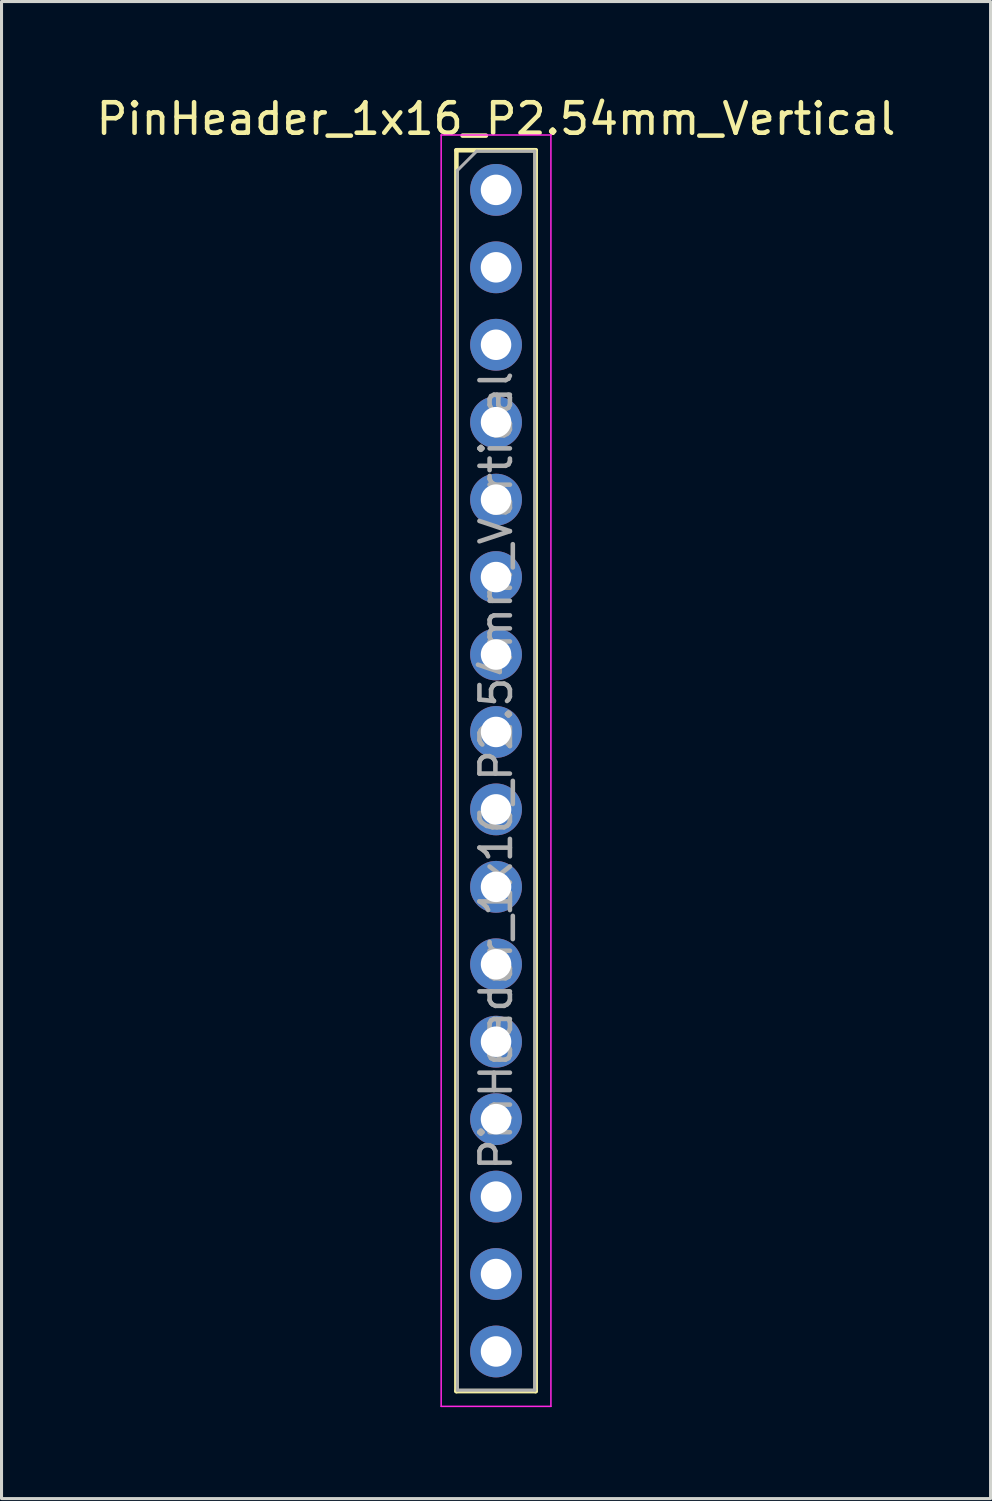
<source format=kicad_pcb>
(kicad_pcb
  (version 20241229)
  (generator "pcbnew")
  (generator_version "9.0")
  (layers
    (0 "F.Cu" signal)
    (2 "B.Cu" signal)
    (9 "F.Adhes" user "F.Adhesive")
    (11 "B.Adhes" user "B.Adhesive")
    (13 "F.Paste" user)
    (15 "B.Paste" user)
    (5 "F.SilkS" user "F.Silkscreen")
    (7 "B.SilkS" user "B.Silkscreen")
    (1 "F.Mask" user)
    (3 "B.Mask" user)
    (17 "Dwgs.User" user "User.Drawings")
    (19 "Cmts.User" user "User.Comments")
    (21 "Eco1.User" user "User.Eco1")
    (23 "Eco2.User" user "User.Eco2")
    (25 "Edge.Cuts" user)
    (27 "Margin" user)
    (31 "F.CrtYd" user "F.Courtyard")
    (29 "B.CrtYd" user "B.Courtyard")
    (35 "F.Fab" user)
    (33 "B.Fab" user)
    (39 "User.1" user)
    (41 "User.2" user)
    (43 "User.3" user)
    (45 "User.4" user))
  (footprint "PinHeader_1x16_P2.54mm_Vertical"
    (layer "F.Cu")
    (at 13.22 3.178)
    (property "Reference" "PinHeader_1x16_P2.54mm_Vertical" (at 0 -2.33 0) (layer "F.SilkS") (effects (font (size 1 1) (thickness 0.15))))
    (attr through_hole)
    (fp_line (start -1.3 -1.3) (end -1.3 39.4) (stroke (width 0.15) (type solid)) (layer "F.SilkS"))
    (fp_line (start -1.3 39.4) (end 1.3 39.4) (stroke (width 0.15) (type solid)) (layer "F.SilkS"))
    (fp_line (start 1.3 -1.3) (end -1.3 -1.3) (stroke (width 0.15) (type solid)) (layer "F.SilkS"))
    (fp_line (start 1.3 39.4) (end 1.3 -1.3) (stroke (width 0.15) (type solid)) (layer "F.SilkS"))
    (fp_line (start -1.8 -1.8) (end -1.8 39.9) (stroke (width 0.05) (type solid)) (layer "F.CrtYd"))
    (fp_line (start -1.8 39.9) (end 1.8 39.9) (stroke (width 0.05) (type solid)) (layer "F.CrtYd"))
    (fp_line (start 1.8 -1.8) (end -1.8 -1.8) (stroke (width 0.05) (type solid)) (layer "F.CrtYd"))
    (fp_line (start 1.8 39.9) (end 1.8 -1.8) (stroke (width 0.05) (type solid)) (layer "F.CrtYd"))
    (fp_line (start -1.27 -0.635) (end -0.635 -1.27) (stroke (width 0.1) (type solid)) (layer "F.Fab"))
    (fp_line (start -1.27 39.37) (end -1.27 -0.635) (stroke (width 0.1) (type solid)) (layer "F.Fab"))
    (fp_line (start -0.635 -1.27) (end 1.27 -1.27) (stroke (width 0.1) (type solid)) (layer "F.Fab"))
    (fp_line (start 1.27 -1.27) (end 1.27 39.37) (stroke (width 0.1) (type solid)) (layer "F.Fab"))
    (fp_line (start 1.27 39.37) (end -1.27 39.37) (stroke (width 0.1) (type solid)) (layer "F.Fab"))
    (fp_text user "${REFERENCE}" (at 0 19.05 90) (layer "F.Fab") (effects (font (size 1 1) (thickness 0.15))))
    (pad "1" thru_hole oval (at 0 0) (size 1.7 1.7) (drill 1) (layers "*.Cu" "*.Mask"))
    (pad "2" thru_hole oval (at 0 2.54) (size 1.7 1.7) (drill 1) (layers "*.Cu" "*.Mask"))
    (pad "3" thru_hole oval (at 0 5.08) (size 1.7 1.7) (drill 1) (layers "*.Cu" "*.Mask"))
    (pad "4" thru_hole oval (at 0 7.62) (size 1.7 1.7) (drill 1) (layers "*.Cu" "*.Mask"))
    (pad "5" thru_hole oval (at 0 10.16) (size 1.7 1.7) (drill 1) (layers "*.Cu" "*.Mask"))
    (pad "6" thru_hole oval (at 0 12.7) (size 1.7 1.7) (drill 1) (layers "*.Cu" "*.Mask"))
    (pad "7" thru_hole oval (at 0 15.24) (size 1.7 1.7) (drill 1) (layers "*.Cu" "*.Mask"))
    (pad "8" thru_hole oval (at 0 17.78) (size 1.7 1.7) (drill 1) (layers "*.Cu" "*.Mask"))
    (pad "9" thru_hole oval (at 0 20.32) (size 1.7 1.7) (drill 1) (layers "*.Cu" "*.Mask"))
    (pad "10" thru_hole oval (at 0 22.86) (size 1.7 1.7) (drill 1) (layers "*.Cu" "*.Mask"))
    (pad "11" thru_hole oval (at 0 25.4) (size 1.7 1.7) (drill 1) (layers "*.Cu" "*.Mask"))
    (pad "12" thru_hole oval (at 0 27.94) (size 1.7 1.7) (drill 1) (layers "*.Cu" "*.Mask"))
    (pad "13" thru_hole oval (at 0 30.48) (size 1.7 1.7) (drill 1) (layers "*.Cu" "*.Mask"))
    (pad "14" thru_hole oval (at 0 33.02) (size 1.7 1.7) (drill 1) (layers "*.Cu" "*.Mask"))
    (pad "15" thru_hole oval (at 0 35.56) (size 1.7 1.7) (drill 1) (layers "*.Cu" "*.Mask"))
    (pad "16" thru_hole oval (at 0 38.1) (size 1.7 1.7) (drill 1) (layers "*.Cu" "*.Mask")))
  (gr_rect
    (start -3 -3)
    (end 29.44 46.103)
    (stroke (width 0.1) (type default))
    (fill no)
    (layer "Edge.Cuts")))
</source>
